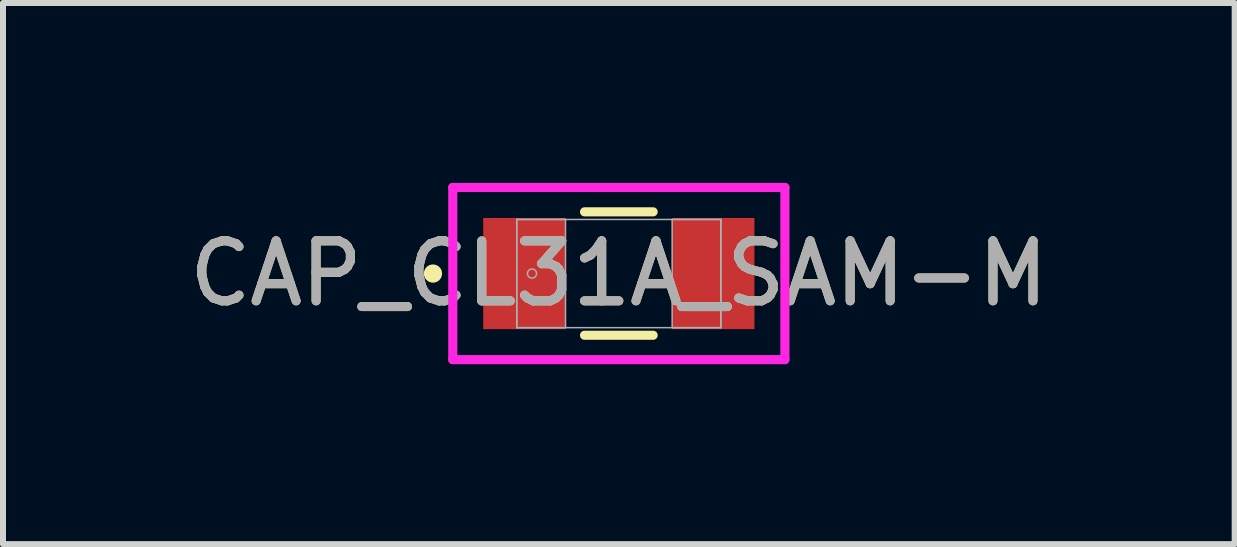
<source format=kicad_pcb>
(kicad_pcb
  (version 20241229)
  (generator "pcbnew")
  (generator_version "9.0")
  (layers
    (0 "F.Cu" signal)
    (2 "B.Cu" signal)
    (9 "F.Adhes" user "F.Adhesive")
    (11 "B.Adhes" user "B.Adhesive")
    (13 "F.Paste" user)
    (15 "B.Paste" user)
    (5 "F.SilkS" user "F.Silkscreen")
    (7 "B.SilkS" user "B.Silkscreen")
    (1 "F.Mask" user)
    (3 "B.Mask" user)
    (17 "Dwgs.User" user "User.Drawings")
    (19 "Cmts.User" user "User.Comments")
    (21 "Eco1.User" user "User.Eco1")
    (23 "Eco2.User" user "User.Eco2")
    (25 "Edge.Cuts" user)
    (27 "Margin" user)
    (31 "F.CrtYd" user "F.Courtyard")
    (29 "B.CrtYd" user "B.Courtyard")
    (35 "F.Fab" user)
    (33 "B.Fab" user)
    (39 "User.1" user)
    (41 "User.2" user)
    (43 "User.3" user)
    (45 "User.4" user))
  (footprint "CAP_CL31A_SAM-M"
    (layer "F.Cu")
    (at 7.268 1.511)
    (property "Reference" "CAP_CL31A_SAM-M" (at 0 0 0) (unlocked yes) (layer "F.SilkS") (effects (font (size 1 1) (thickness 0.15))))
    (attr smd)
    (fp_line (start -0.572 1.029) (end 0.572 1.029) (stroke (width 0.152) (type solid)) (layer "F.SilkS"))
    (fp_line (start 0.572 -1.029) (end -0.572 -1.029) (stroke (width 0.152) (type solid)) (layer "F.SilkS"))
    (fp_circle (center -3.099 0) (end -3.023 0) (stroke (width 0.152) (type solid)) (fill no) (layer "F.SilkS"))
    (fp_line (start -2.769 -1.435) (end 2.769 -1.435) (stroke (width 0.152) (type solid)) (layer "F.CrtYd"))
    (fp_line (start -2.769 1.435) (end -2.769 -1.435) (stroke (width 0.152) (type solid)) (layer "F.CrtYd"))
    (fp_line (start 2.769 -1.435) (end 2.769 1.435) (stroke (width 0.152) (type solid)) (layer "F.CrtYd"))
    (fp_line (start 2.769 1.435) (end -2.769 1.435) (stroke (width 0.152) (type solid)) (layer "F.CrtYd"))
    (fp_line (start -1.702 -0.902) (end -1.702 0.902) (stroke (width 0.025) (type solid)) (layer "F.Fab"))
    (fp_line (start -1.702 -0.902) (end -1.702 0.902) (stroke (width 0.025) (type solid)) (layer "F.Fab"))
    (fp_line (start -1.702 0.902) (end -0.889 0.902) (stroke (width 0.025) (type solid)) (layer "F.Fab"))
    (fp_line (start -1.702 0.902) (end 1.702 0.902) (stroke (width 0.025) (type solid)) (layer "F.Fab"))
    (fp_line (start -0.889 -0.902) (end -1.702 -0.902) (stroke (width 0.025) (type solid)) (layer "F.Fab"))
    (fp_line (start -0.889 0.902) (end -0.889 -0.902) (stroke (width 0.025) (type solid)) (layer "F.Fab"))
    (fp_line (start 0.889 -0.902) (end 0.889 0.902) (stroke (width 0.025) (type solid)) (layer "F.Fab"))
    (fp_line (start 0.889 0.902) (end 1.702 0.902) (stroke (width 0.025) (type solid)) (layer "F.Fab"))
    (fp_line (start 1.702 -0.902) (end -1.702 -0.902) (stroke (width 0.025) (type solid)) (layer "F.Fab"))
    (fp_line (start 1.702 -0.902) (end 0.889 -0.902) (stroke (width 0.025) (type solid)) (layer "F.Fab"))
    (fp_line (start 1.702 0.902) (end 1.702 -0.902) (stroke (width 0.025) (type solid)) (layer "F.Fab"))
    (fp_line (start 1.702 0.902) (end 1.702 -0.902) (stroke (width 0.025) (type solid)) (layer "F.Fab"))
    (fp_circle (center -1.448 0) (end -1.372 0) (stroke (width 0.025) (type solid)) (fill no) (layer "F.Fab"))
    (fp_text user "${REFERENCE}" (at 0 0 0) (unlocked yes) (layer "F.Fab") (effects (font (size 1 1) (thickness 0.15))))
    (pad "1" smd rect (at -1.575 0) (size 1.372 1.854) (layers "F.Cu" "F.Mask" "F.Paste"))
    (pad "2" smd rect (at 1.575 0) (size 1.372 1.854) (layers "F.Cu" "F.Mask" "F.Paste"))
    (zone (net_name "") (layer "F.Cu") (hatch full 0.508) (connect_pads) (min_thickness 0.254) (filled_areas_thickness no) (keepout (tracks not_allowed) (vias not_allowed) (pads allowed) (copperpour not_allowed) (footprints allowed)) (placement (enabled no)) (fill) (polygon (pts (xy 6.43 0.66) (xy 8.106 0.66) (xy 8.106 2.362) (xy 6.43 2.362)))))
  (gr_rect
    (start -3 -3)
    (end 17.536 6.023)
    (stroke (width 0.1) (type default))
    (fill no)
    (layer "Edge.Cuts")))
</source>
